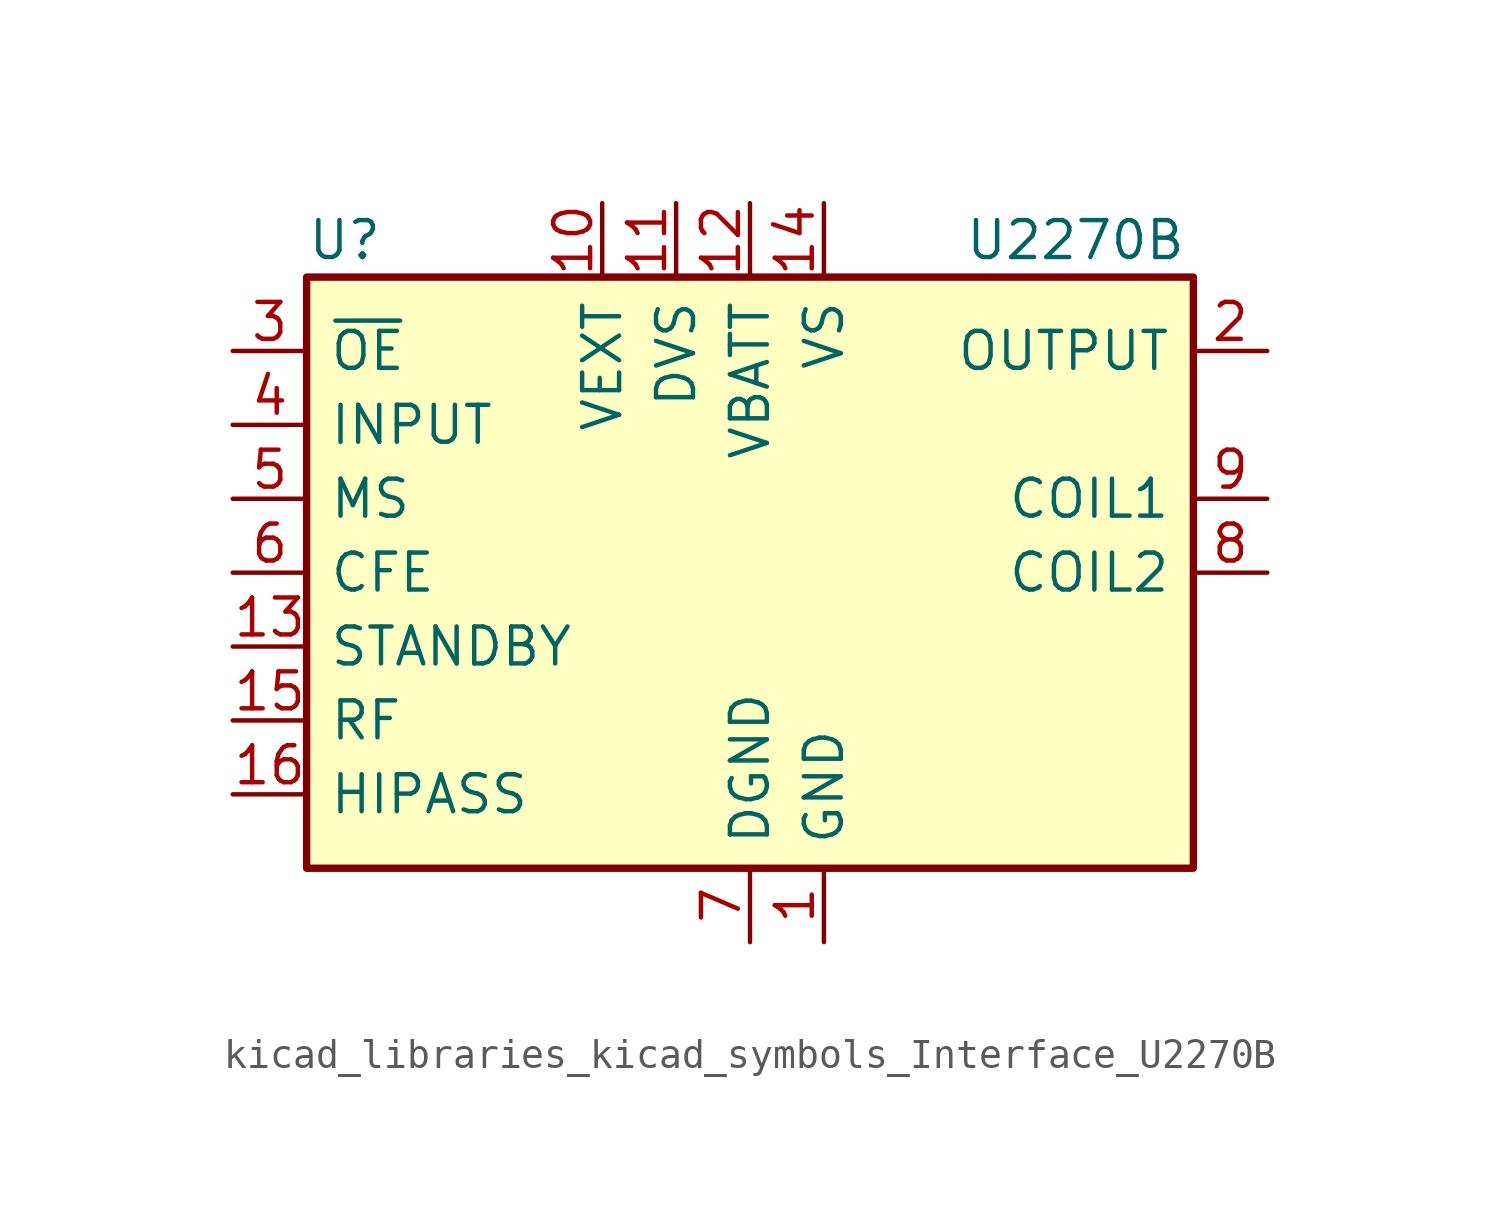
<source format=kicad_sym>
(kicad_symbol_lib
  (version 20220914)
  (generator kicad_symbol_editor)
  (symbol "kicad_libraries_kicad_symbols_Interface_U2270B"
    (pin_names
      (offset 0.762))
    (property "Reference" "U"
      (at -15.24 8.89 0)
      (effects (font (size 1.27 1.27)) (justify left)))
    (property "Value" "U2270B"
      (at 7.366 8.89 0)
      (effects (font (size 1.27 1.27)) (justify left)))
    (symbol "kicad_libraries_kicad_symbols_Interface_U2270B_0_1"
      (rectangle (start -15.24 7.62) (end 15.24 -12.7) (stroke (width 0.254) (type default)) (fill (type background))))
    (symbol "kicad_libraries_kicad_symbols_Interface_U2270B_1_1"
      (pin power_in line (at 2.54 -15.24 90) (length 2.54) (name "GND" (effects (font (size 1.27 1.27)))) (number "1" (effects (font (size 1.27 1.27)))))
      (pin power_in line (at -5.08 10.16 270) (length 2.54) (name "VEXT" (effects (font (size 1.27 1.27)))) (number "10" (effects (font (size 1.27 1.27)))))
      (pin power_in line (at -2.54 10.16 270) (length 2.54) (name "DVS" (effects (font (size 1.27 1.27)))) (number "11" (effects (font (size 1.27 1.27)))))
      (pin power_in line (at 0 10.16 270) (length 2.54) (name "VBATT" (effects (font (size 1.27 1.27)))) (number "12" (effects (font (size 1.27 1.27)))))
      (pin input line (at -17.78 -5.08 0) (length 2.54) (name "STANDBY" (effects (font (size 1.27 1.27)))) (number "13" (effects (font (size 1.27 1.27)))))
      (pin power_in line (at 2.54 10.16 270) (length 2.54) (name "VS" (effects (font (size 1.27 1.27)))) (number "14" (effects (font (size 1.27 1.27)))))
      (pin input line (at -17.78 -7.62 0) (length 2.54) (name "RF" (effects (font (size 1.27 1.27)))) (number "15" (effects (font (size 1.27 1.27)))))
      (pin input line (at -17.78 -10.16 0) (length 2.54) (name "HIPASS" (effects (font (size 1.27 1.27)))) (number "16" (effects (font (size 1.27 1.27)))))
      (pin open_collector line (at 17.78 5.08 180) (length 2.54) (name "OUTPUT" (effects (font (size 1.27 1.27)))) (number "2" (effects (font (size 1.27 1.27)))))
      (pin input line (at -17.78 5.08 0) (length 2.54) (name "~{OE}" (effects (font (size 1.27 1.27)))) (number "3" (effects (font (size 1.27 1.27)))))
      (pin input line (at -17.78 2.54 0) (length 2.54) (name "INPUT" (effects (font (size 1.27 1.27)))) (number "4" (effects (font (size 1.27 1.27)))))
      (pin input line (at -17.78 0 0) (length 2.54) (name "MS" (effects (font (size 1.27 1.27)))) (number "5" (effects (font (size 1.27 1.27)))))
      (pin input line (at -17.78 -2.54 0) (length 2.54) (name "CFE" (effects (font (size 1.27 1.27)))) (number "6" (effects (font (size 1.27 1.27)))))
      (pin power_in line (at 0 -15.24 90) (length 2.54) (name "DGND" (effects (font (size 1.27 1.27)))) (number "7" (effects (font (size 1.27 1.27)))))
      (pin output line (at 17.78 -2.54 180) (length 2.54) (name "COIL2" (effects (font (size 1.27 1.27)))) (number "8" (effects (font (size 1.27 1.27)))))
      (pin output line (at 17.78 0 180) (length 2.54) (name "COIL1" (effects (font (size 1.27 1.27)))) (number "9" (effects (font (size 1.27 1.27))))))))
</source>
